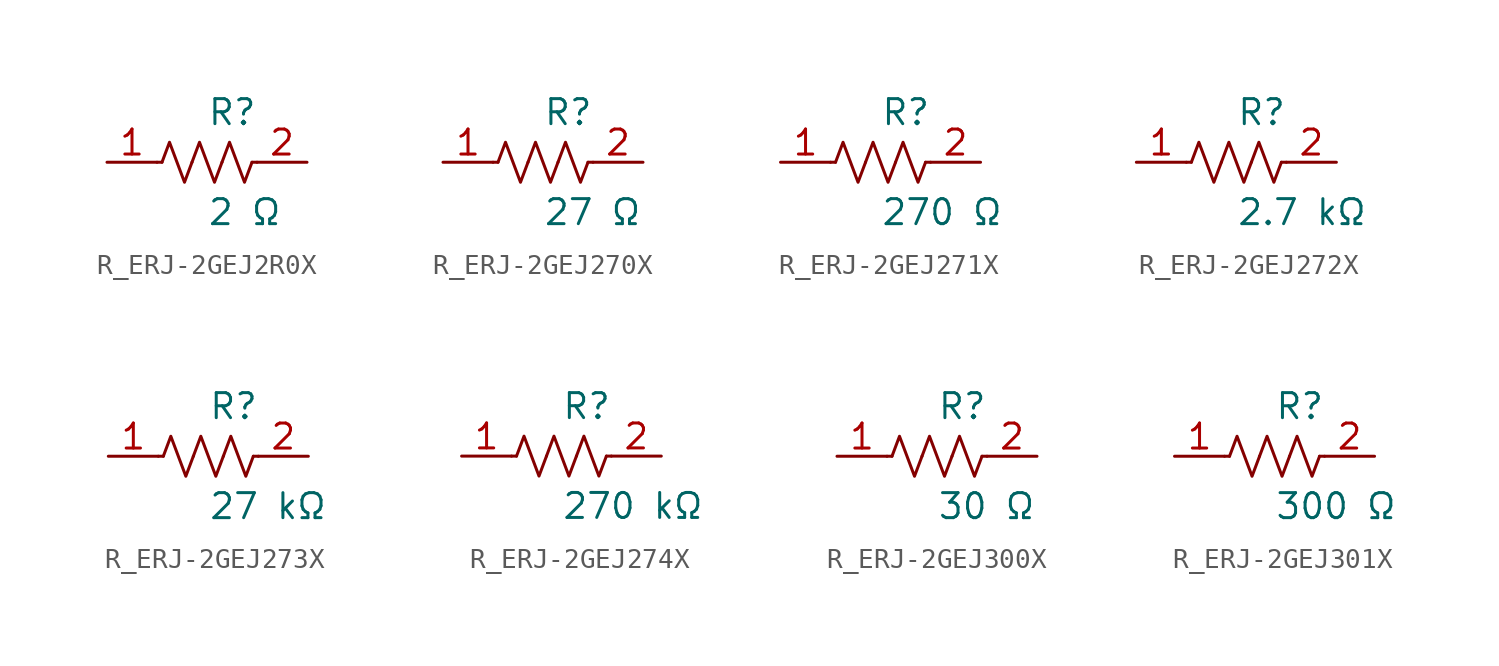
<source format=kicad_sym>
(kicad_symbol_lib
  (version 20231120)
  (generator kicad_symbol_editor)
  (generator_version 8.0)
  (symbol "R_ERJ-2GEJ2R0X"
    (pin_names
      (offset 0.254))
    (property "Reference" "R"
      (at 0.0 2.54 0)
      (effects (font (size 1.27 1.27)) (justify left)))
    (property "Value" "2 Ω"
      (at 0.0 -2.54 0)
      (effects (font (size 1.27 1.27)) (justify left)))
    (symbol "R_ERJ-2GEJ2R0X_0_1"
      (polyline (pts (xy 2.286 0) (xy 2.54 0)) (stroke (width 0) (type default)) (fill (type none)))
      (polyline (pts (xy -2.286 0) (xy -2.54 0)) (stroke (width 0) (type default)) (fill (type none)))
      (polyline (pts (xy 0.762 0) (xy 1.143 1.016) (xy 1.524 0) (xy 1.905 -1.016) (xy 2.286 0)) (stroke (width 0) (type default)) (fill (type none)))
      (polyline (pts (xy -0.762 0) (xy -0.381 1.016) (xy 0 0) (xy 0.381 -1.016) (xy 0.762 0)) (stroke (width 0) (type default)) (fill (type none)))
      (polyline (pts (xy -2.286 0) (xy -1.905 1.016) (xy -1.524 0) (xy -1.143 -1.016) (xy -0.762 0)) (stroke (width 0) (type default)) (fill (type none))))
    (pin unspecified line
      (at -5.08 0 0)
      (length 2.54)
      (name "" (effects (font (size 1.27 1.27))))
      (number "1" (effects (font (size 1.27 1.27)))))
    (pin unspecified line
      (at 5.08 0 180)
      (length 2.54)
      (name "" (effects (font (size 1.27 1.27))))
      (number "2" (effects (font (size 1.27 1.27))))))
  (symbol "R_ERJ-2GEJ270X"
    (pin_names
      (offset 0.254))
    (property "Reference" "R"
      (at 0.0 2.54 0)
      (effects (font (size 1.27 1.27)) (justify left)))
    (property "Value" "27 Ω"
      (at 0.0 -2.54 0)
      (effects (font (size 1.27 1.27)) (justify left)))
    (symbol "R_ERJ-2GEJ270X_0_1"
      (polyline (pts (xy 2.286 0) (xy 2.54 0)) (stroke (width 0) (type default)) (fill (type none)))
      (polyline (pts (xy -2.286 0) (xy -2.54 0)) (stroke (width 0) (type default)) (fill (type none)))
      (polyline (pts (xy 0.762 0) (xy 1.143 1.016) (xy 1.524 0) (xy 1.905 -1.016) (xy 2.286 0)) (stroke (width 0) (type default)) (fill (type none)))
      (polyline (pts (xy -0.762 0) (xy -0.381 1.016) (xy 0 0) (xy 0.381 -1.016) (xy 0.762 0)) (stroke (width 0) (type default)) (fill (type none)))
      (polyline (pts (xy -2.286 0) (xy -1.905 1.016) (xy -1.524 0) (xy -1.143 -1.016) (xy -0.762 0)) (stroke (width 0) (type default)) (fill (type none))))
    (pin unspecified line
      (at -5.08 0 0)
      (length 2.54)
      (name "" (effects (font (size 1.27 1.27))))
      (number "1" (effects (font (size 1.27 1.27)))))
    (pin unspecified line
      (at 5.08 0 180)
      (length 2.54)
      (name "" (effects (font (size 1.27 1.27))))
      (number "2" (effects (font (size 1.27 1.27))))))
  (symbol "R_ERJ-2GEJ271X"
    (pin_names
      (offset 0.254))
    (property "Reference" "R"
      (at 0.0 2.54 0)
      (effects (font (size 1.27 1.27)) (justify left)))
    (property "Value" "270 Ω"
      (at 0.0 -2.54 0)
      (effects (font (size 1.27 1.27)) (justify left)))
    (symbol "R_ERJ-2GEJ271X_0_1"
      (polyline (pts (xy 2.286 0) (xy 2.54 0)) (stroke (width 0) (type default)) (fill (type none)))
      (polyline (pts (xy -2.286 0) (xy -2.54 0)) (stroke (width 0) (type default)) (fill (type none)))
      (polyline (pts (xy 0.762 0) (xy 1.143 1.016) (xy 1.524 0) (xy 1.905 -1.016) (xy 2.286 0)) (stroke (width 0) (type default)) (fill (type none)))
      (polyline (pts (xy -0.762 0) (xy -0.381 1.016) (xy 0 0) (xy 0.381 -1.016) (xy 0.762 0)) (stroke (width 0) (type default)) (fill (type none)))
      (polyline (pts (xy -2.286 0) (xy -1.905 1.016) (xy -1.524 0) (xy -1.143 -1.016) (xy -0.762 0)) (stroke (width 0) (type default)) (fill (type none))))
    (pin unspecified line
      (at -5.08 0 0)
      (length 2.54)
      (name "" (effects (font (size 1.27 1.27))))
      (number "1" (effects (font (size 1.27 1.27)))))
    (pin unspecified line
      (at 5.08 0 180)
      (length 2.54)
      (name "" (effects (font (size 1.27 1.27))))
      (number "2" (effects (font (size 1.27 1.27))))))
  (symbol "R_ERJ-2GEJ272X"
    (pin_names
      (offset 0.254))
    (property "Reference" "R"
      (at 0.0 2.54 0)
      (effects (font (size 1.27 1.27)) (justify left)))
    (property "Value" "2.7 kΩ"
      (at 0.0 -2.54 0)
      (effects (font (size 1.27 1.27)) (justify left)))
    (symbol "R_ERJ-2GEJ272X_0_1"
      (polyline (pts (xy 2.286 0) (xy 2.54 0)) (stroke (width 0) (type default)) (fill (type none)))
      (polyline (pts (xy -2.286 0) (xy -2.54 0)) (stroke (width 0) (type default)) (fill (type none)))
      (polyline (pts (xy 0.762 0) (xy 1.143 1.016) (xy 1.524 0) (xy 1.905 -1.016) (xy 2.286 0)) (stroke (width 0) (type default)) (fill (type none)))
      (polyline (pts (xy -0.762 0) (xy -0.381 1.016) (xy 0 0) (xy 0.381 -1.016) (xy 0.762 0)) (stroke (width 0) (type default)) (fill (type none)))
      (polyline (pts (xy -2.286 0) (xy -1.905 1.016) (xy -1.524 0) (xy -1.143 -1.016) (xy -0.762 0)) (stroke (width 0) (type default)) (fill (type none))))
    (pin unspecified line
      (at -5.08 0 0)
      (length 2.54)
      (name "" (effects (font (size 1.27 1.27))))
      (number "1" (effects (font (size 1.27 1.27)))))
    (pin unspecified line
      (at 5.08 0 180)
      (length 2.54)
      (name "" (effects (font (size 1.27 1.27))))
      (number "2" (effects (font (size 1.27 1.27))))))
  (symbol "R_ERJ-2GEJ273X"
    (pin_names
      (offset 0.254))
    (property "Reference" "R"
      (at 0.0 2.54 0)
      (effects (font (size 1.27 1.27)) (justify left)))
    (property "Value" "27 kΩ"
      (at 0.0 -2.54 0)
      (effects (font (size 1.27 1.27)) (justify left)))
    (symbol "R_ERJ-2GEJ273X_0_1"
      (polyline (pts (xy 2.286 0) (xy 2.54 0)) (stroke (width 0) (type default)) (fill (type none)))
      (polyline (pts (xy -2.286 0) (xy -2.54 0)) (stroke (width 0) (type default)) (fill (type none)))
      (polyline (pts (xy 0.762 0) (xy 1.143 1.016) (xy 1.524 0) (xy 1.905 -1.016) (xy 2.286 0)) (stroke (width 0) (type default)) (fill (type none)))
      (polyline (pts (xy -0.762 0) (xy -0.381 1.016) (xy 0 0) (xy 0.381 -1.016) (xy 0.762 0)) (stroke (width 0) (type default)) (fill (type none)))
      (polyline (pts (xy -2.286 0) (xy -1.905 1.016) (xy -1.524 0) (xy -1.143 -1.016) (xy -0.762 0)) (stroke (width 0) (type default)) (fill (type none))))
    (pin unspecified line
      (at -5.08 0 0)
      (length 2.54)
      (name "" (effects (font (size 1.27 1.27))))
      (number "1" (effects (font (size 1.27 1.27)))))
    (pin unspecified line
      (at 5.08 0 180)
      (length 2.54)
      (name "" (effects (font (size 1.27 1.27))))
      (number "2" (effects (font (size 1.27 1.27))))))
  (symbol "R_ERJ-2GEJ274X"
    (pin_names
      (offset 0.254))
    (property "Reference" "R"
      (at 0.0 2.54 0)
      (effects (font (size 1.27 1.27)) (justify left)))
    (property "Value" "270 kΩ"
      (at 0.0 -2.54 0)
      (effects (font (size 1.27 1.27)) (justify left)))
    (symbol "R_ERJ-2GEJ274X_0_1"
      (polyline (pts (xy 2.286 0) (xy 2.54 0)) (stroke (width 0) (type default)) (fill (type none)))
      (polyline (pts (xy -2.286 0) (xy -2.54 0)) (stroke (width 0) (type default)) (fill (type none)))
      (polyline (pts (xy 0.762 0) (xy 1.143 1.016) (xy 1.524 0) (xy 1.905 -1.016) (xy 2.286 0)) (stroke (width 0) (type default)) (fill (type none)))
      (polyline (pts (xy -0.762 0) (xy -0.381 1.016) (xy 0 0) (xy 0.381 -1.016) (xy 0.762 0)) (stroke (width 0) (type default)) (fill (type none)))
      (polyline (pts (xy -2.286 0) (xy -1.905 1.016) (xy -1.524 0) (xy -1.143 -1.016) (xy -0.762 0)) (stroke (width 0) (type default)) (fill (type none))))
    (pin unspecified line
      (at -5.08 0 0)
      (length 2.54)
      (name "" (effects (font (size 1.27 1.27))))
      (number "1" (effects (font (size 1.27 1.27)))))
    (pin unspecified line
      (at 5.08 0 180)
      (length 2.54)
      (name "" (effects (font (size 1.27 1.27))))
      (number "2" (effects (font (size 1.27 1.27))))))
  (symbol "R_ERJ-2GEJ300X"
    (pin_names
      (offset 0.254))
    (property "Reference" "R"
      (at 0.0 2.54 0)
      (effects (font (size 1.27 1.27)) (justify left)))
    (property "Value" "30 Ω"
      (at 0.0 -2.54 0)
      (effects (font (size 1.27 1.27)) (justify left)))
    (symbol "R_ERJ-2GEJ300X_0_1"
      (polyline (pts (xy 2.286 0) (xy 2.54 0)) (stroke (width 0) (type default)) (fill (type none)))
      (polyline (pts (xy -2.286 0) (xy -2.54 0)) (stroke (width 0) (type default)) (fill (type none)))
      (polyline (pts (xy 0.762 0) (xy 1.143 1.016) (xy 1.524 0) (xy 1.905 -1.016) (xy 2.286 0)) (stroke (width 0) (type default)) (fill (type none)))
      (polyline (pts (xy -0.762 0) (xy -0.381 1.016) (xy 0 0) (xy 0.381 -1.016) (xy 0.762 0)) (stroke (width 0) (type default)) (fill (type none)))
      (polyline (pts (xy -2.286 0) (xy -1.905 1.016) (xy -1.524 0) (xy -1.143 -1.016) (xy -0.762 0)) (stroke (width 0) (type default)) (fill (type none))))
    (pin unspecified line
      (at -5.08 0 0)
      (length 2.54)
      (name "" (effects (font (size 1.27 1.27))))
      (number "1" (effects (font (size 1.27 1.27)))))
    (pin unspecified line
      (at 5.08 0 180)
      (length 2.54)
      (name "" (effects (font (size 1.27 1.27))))
      (number "2" (effects (font (size 1.27 1.27))))))
  (symbol "R_ERJ-2GEJ301X"
    (pin_names
      (offset 0.254))
    (property "Reference" "R"
      (at 0.0 2.54 0)
      (effects (font (size 1.27 1.27)) (justify left)))
    (property "Value" "300 Ω"
      (at 0.0 -2.54 0)
      (effects (font (size 1.27 1.27)) (justify left)))
    (symbol "R_ERJ-2GEJ301X_0_1"
      (polyline (pts (xy 2.286 0) (xy 2.54 0)) (stroke (width 0) (type default)) (fill (type none)))
      (polyline (pts (xy -2.286 0) (xy -2.54 0)) (stroke (width 0) (type default)) (fill (type none)))
      (polyline (pts (xy 0.762 0) (xy 1.143 1.016) (xy 1.524 0) (xy 1.905 -1.016) (xy 2.286 0)) (stroke (width 0) (type default)) (fill (type none)))
      (polyline (pts (xy -0.762 0) (xy -0.381 1.016) (xy 0 0) (xy 0.381 -1.016) (xy 0.762 0)) (stroke (width 0) (type default)) (fill (type none)))
      (polyline (pts (xy -2.286 0) (xy -1.905 1.016) (xy -1.524 0) (xy -1.143 -1.016) (xy -0.762 0)) (stroke (width 0) (type default)) (fill (type none))))
    (pin unspecified line
      (at -5.08 0 0)
      (length 2.54)
      (name "" (effects (font (size 1.27 1.27))))
      (number "1" (effects (font (size 1.27 1.27)))))
    (pin unspecified line
      (at 5.08 0 180)
      (length 2.54)
      (name "" (effects (font (size 1.27 1.27))))
      (number "2" (effects (font (size 1.27 1.27)))))))
</source>
